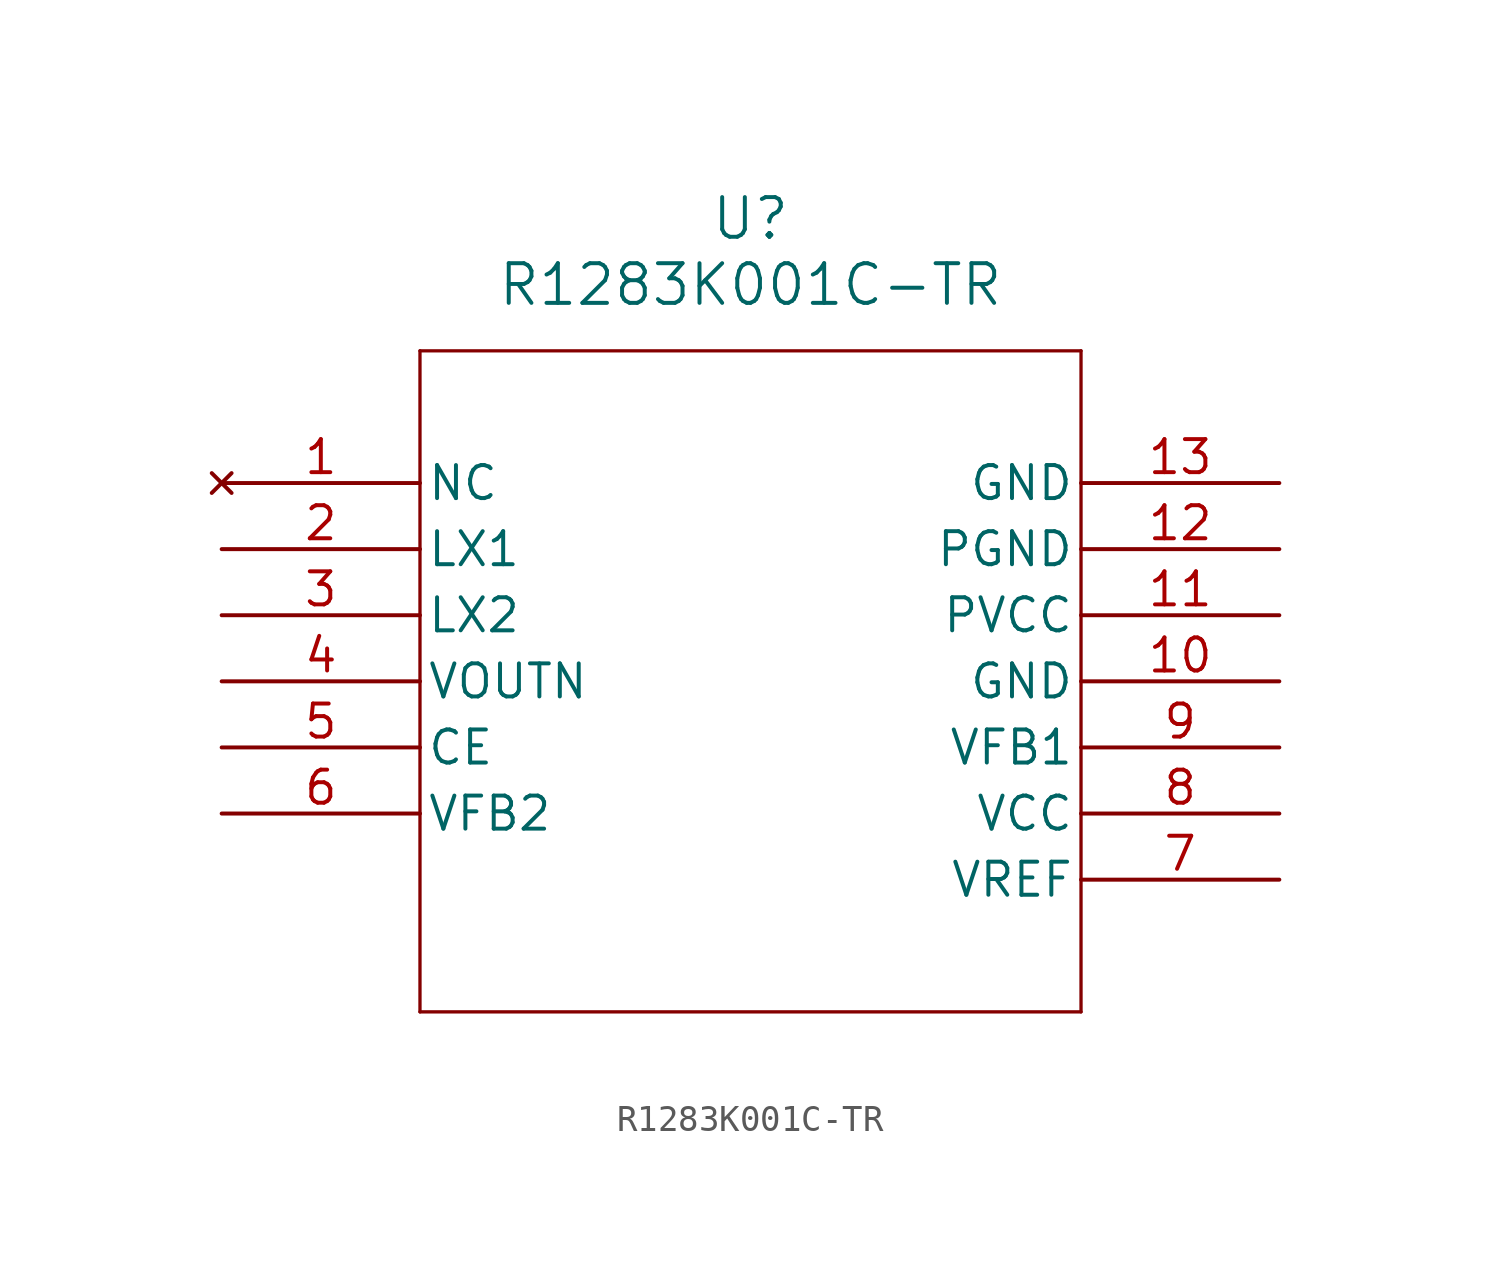
<source format=kicad_sym>
(kicad_symbol_lib
  (version 20211014)
  (generator kicad_symbol_editor)
  (symbol "R1283K001C-TR"
    (pin_names
      (offset 0.254))
    (property "Reference" "U"
      (at 20.32 10.16 0)
      (effects (font (size 1.524 1.524))))
    (property "Value" "R1283K001C-TR"
      (at 20.32 7.62 0)
      (effects (font (size 1.524 1.524))))
    (symbol "R1283K001C-TR_0_1"
      (polyline (pts (xy 7.62 5.08) (xy 7.62 -20.32)) (stroke (width 0.127) (type default) (color 0 0 0 0)) (fill (type none)))
      (polyline (pts (xy 7.62 -20.32) (xy 33.02 -20.32)) (stroke (width 0.127) (type default) (color 0 0 0 0)) (fill (type none)))
      (polyline (pts (xy 33.02 -20.32) (xy 33.02 5.08)) (stroke (width 0.127) (type default) (color 0 0 0 0)) (fill (type none)))
      (polyline (pts (xy 33.02 5.08) (xy 7.62 5.08)) (stroke (width 0.127) (type default) (color 0 0 0 0)) (fill (type none)))
      (pin no_connect line (at 0 0 0) (length 7.62) (name "NC" (effects (font (size 1.27 1.27)))) (number "1" (effects (font (size 1.27 1.27)))))
      (pin power_in line (at 0 -2.54 0) (length 7.62) (name "LX1" (effects (font (size 1.27 1.27)))) (number "2" (effects (font (size 1.27 1.27)))))
      (pin power_in line (at 0 -5.08 0) (length 7.62) (name "LX2" (effects (font (size 1.27 1.27)))) (number "3" (effects (font (size 1.27 1.27)))))
      (pin output line (at 0 -7.62 0) (length 7.62) (name "VOUTN" (effects (font (size 1.27 1.27)))) (number "4" (effects (font (size 1.27 1.27)))))
      (pin input line (at 0 -10.16 0) (length 7.62) (name "CE" (effects (font (size 1.27 1.27)))) (number "5" (effects (font (size 1.27 1.27)))))
      (pin bidirectional line (at 0 -12.7 0) (length 7.62) (name "VFB2" (effects (font (size 1.27 1.27)))) (number "6" (effects (font (size 1.27 1.27)))))
      (pin power_in line (at 40.64 -15.24 180) (length 7.62) (name "VREF" (effects (font (size 1.27 1.27)))) (number "7" (effects (font (size 1.27 1.27)))))
      (pin power_in line (at 40.64 -12.7 180) (length 7.62) (name "VCC" (effects (font (size 1.27 1.27)))) (number "8" (effects (font (size 1.27 1.27)))))
      (pin input line (at 40.64 -10.16 180) (length 7.62) (name "VFB1" (effects (font (size 1.27 1.27)))) (number "9" (effects (font (size 1.27 1.27)))))
      (pin power_out line (at 40.64 -7.62 180) (length 7.62) (name "GND" (effects (font (size 1.27 1.27)))) (number "10" (effects (font (size 1.27 1.27)))))
      (pin power_in line (at 40.64 -5.08 180) (length 7.62) (name "PVCC" (effects (font (size 1.27 1.27)))) (number "11" (effects (font (size 1.27 1.27)))))
      (pin power_out line (at 40.64 -2.54 180) (length 7.62) (name "PGND" (effects (font (size 1.27 1.27)))) (number "12" (effects (font (size 1.27 1.27)))))
      (pin power_out line (at 40.64 0 180) (length 7.62) (name "GND" (effects (font (size 1.27 1.27)))) (number "13" (effects (font (size 1.27 1.27))))))))
</source>
